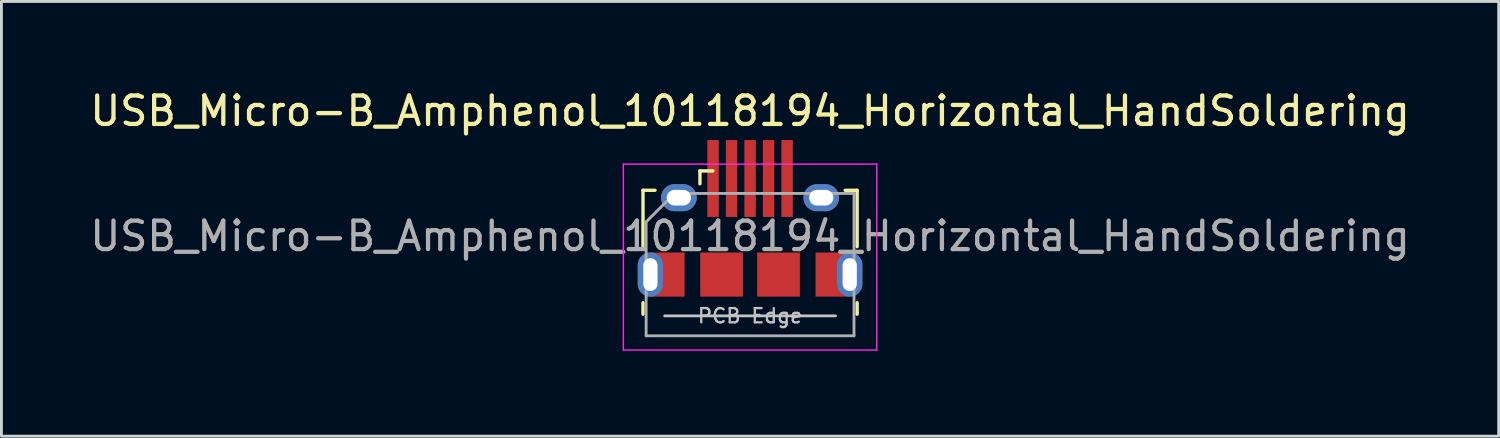
<source format=kicad_pcb>
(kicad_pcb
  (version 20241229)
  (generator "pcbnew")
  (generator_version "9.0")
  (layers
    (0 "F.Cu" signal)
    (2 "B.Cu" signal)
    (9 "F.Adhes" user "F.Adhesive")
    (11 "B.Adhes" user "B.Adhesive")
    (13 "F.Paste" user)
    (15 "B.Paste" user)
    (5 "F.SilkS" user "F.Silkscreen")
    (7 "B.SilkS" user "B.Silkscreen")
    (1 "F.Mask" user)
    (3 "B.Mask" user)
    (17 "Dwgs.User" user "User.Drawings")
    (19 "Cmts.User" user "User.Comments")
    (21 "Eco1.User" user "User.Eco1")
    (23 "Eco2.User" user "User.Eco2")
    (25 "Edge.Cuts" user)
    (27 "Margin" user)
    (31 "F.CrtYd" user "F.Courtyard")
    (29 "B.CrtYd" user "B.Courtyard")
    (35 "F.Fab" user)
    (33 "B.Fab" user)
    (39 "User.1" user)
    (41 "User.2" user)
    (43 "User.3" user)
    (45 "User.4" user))
  (footprint "USB_Micro-B_Amphenol_10118194_Horizontal_HandSoldering"
    (layer "F.Cu")
    (at 23.292 5.293)
    (property "Reference" "USB_Micro-B_Amphenol_10118194_Horizontal_HandSoldering" (at 0 -4.445 0) (layer "F.SilkS") (effects (font (size 1 1) (thickness 0.15))))
    (attr smd)
    (fp_line (start -3.76 -1.66) (end -3.34 -1.66) (stroke (width 0.12) (type solid)) (layer "F.SilkS"))
    (fp_line (start -3.76 0.32) (end -3.76 -1.66) (stroke (width 0.12) (type solid)) (layer "F.SilkS"))
    (fp_line (start -3.76 2.69) (end -3.76 2.29) (stroke (width 0.12) (type solid)) (layer "F.SilkS"))
    (fp_line (start -1.76 -1.89) (end -1.76 -2.34) (stroke (width 0.12) (type solid)) (layer "F.SilkS"))
    (fp_line (start -1.31 -2.34) (end -1.76 -2.34) (stroke (width 0.12) (type solid)) (layer "F.SilkS"))
    (fp_line (start 3.76 -1.66) (end 3.34 -1.66) (stroke (width 0.12) (type solid)) (layer "F.SilkS"))
    (fp_line (start 3.76 0.32) (end 3.76 -1.66) (stroke (width 0.12) (type solid)) (layer "F.SilkS"))
    (fp_line (start 3.76 2.29) (end 3.76 2.69) (stroke (width 0.12) (type solid)) (layer "F.SilkS"))
    (fp_line (start 3 2.75) (end -3 2.75) (stroke (width 0.1) (type solid)) (layer "Dwgs.User"))
    (fp_line (start -4.45 -2.58) (end -4.45 3.95) (stroke (width 0.05) (type solid)) (layer "F.CrtYd"))
    (fp_line (start -4.45 -2.58) (end 4.45 -2.58) (stroke (width 0.05) (type solid)) (layer "F.CrtYd"))
    (fp_line (start -4.45 3.95) (end 4.45 3.95) (stroke (width 0.05) (type solid)) (layer "F.CrtYd"))
    (fp_line (start 4.45 -2.58) (end 4.45 3.95) (stroke (width 0.05) (type solid)) (layer "F.CrtYd"))
    (fp_line (start -3.65 -0.55) (end -2.65 -1.55) (stroke (width 0.1) (type solid)) (layer "F.Fab"))
    (fp_line (start -3.65 3.45) (end -3.65 -0.55) (stroke (width 0.1) (type solid)) (layer "F.Fab"))
    (fp_line (start -2.65 -1.55) (end 3.65 -1.55) (stroke (width 0.1) (type solid)) (layer "F.Fab"))
    (fp_line (start 3.65 -1.55) (end 3.65 3.45) (stroke (width 0.1) (type solid)) (layer "F.Fab"))
    (fp_line (start 3.65 3.45) (end -3.65 3.45) (stroke (width 0.1) (type solid)) (layer "F.Fab"))
    (fp_text user "PCB Edge" (at 0 2.75 0) (layer "Dwgs.User") (effects (font (size 0.5 0.5) (thickness 0.08))))
    (fp_text user "${REFERENCE}" (at 0 -0.05 0) (layer "F.Fab") (effects (font (size 1 1) (thickness 0.15))))
    (pad "" smd oval (at -3.5 1.3) (size 0.89 1.55) (layers "F.Paste"))
    (pad "" smd oval (at -2.5 -1.4) (size 1.25 0.95) (layers "F.Paste"))
    (pad "" smd oval (at 2.5 -1.4) (size 1.25 0.95) (layers "F.Paste"))
    (pad "" smd oval (at 3.5 1.3) (size 0.89 1.55) (layers "F.Paste"))
    (pad "1" smd rect (at -1.3 -2.075) (size 0.4 2.7) (layers "F.Cu" "F.Mask" "F.Paste"))
    (pad "2" smd rect (at -0.65 -2.075) (size 0.4 2.7) (layers "F.Cu" "F.Mask" "F.Paste"))
    (pad "3" smd rect (at 0 -2.075) (size 0.4 2.7) (layers "F.Cu" "F.Mask" "F.Paste"))
    (pad "4" smd rect (at 0.65 -2.075) (size 0.4 2.7) (layers "F.Cu" "F.Mask" "F.Paste"))
    (pad "5" smd rect (at 1.3 -2.075) (size 0.4 2.7) (layers "F.Cu" "F.Mask" "F.Paste"))
    (pad "6" thru_hole oval (at -3.5 1.3) (size 0.89 1.55) (drill oval 0.5 1.15) (layers "*.Cu" "*.Mask"))
    (pad "6" smd rect (at -2.9 1.3) (size 1.2 1.55) (layers "F.Cu" "F.Mask" "F.Paste"))
    (pad "6" thru_hole oval (at -2.5 -1.4) (size 1.25 0.95) (drill oval 0.85 0.55) (layers "*.Cu" "*.Mask"))
    (pad "6" smd rect (at -1 1.3) (size 1.5 1.55) (layers "F.Cu" "F.Mask" "F.Paste"))
    (pad "6" smd rect (at 1 1.3) (size 1.5 1.55) (layers "F.Cu" "F.Mask" "F.Paste"))
    (pad "6" thru_hole oval (at 2.5 -1.4) (size 1.25 0.95) (drill oval 0.85 0.55) (layers "*.Cu" "*.Mask"))
    (pad "6" smd rect (at 2.9 1.3) (size 1.2 1.55) (layers "F.Cu" "F.Mask" "F.Paste"))
    (pad "6" thru_hole oval (at 3.5 1.3) (size 0.89 1.55) (drill oval 0.5 1.15) (layers "*.Cu" "*.Mask")))
  (gr_rect
    (start -3 -3)
    (end 49.583 12.268)
    (stroke (width 0.1) (type default))
    (fill no)
    (layer "Edge.Cuts")))
</source>
